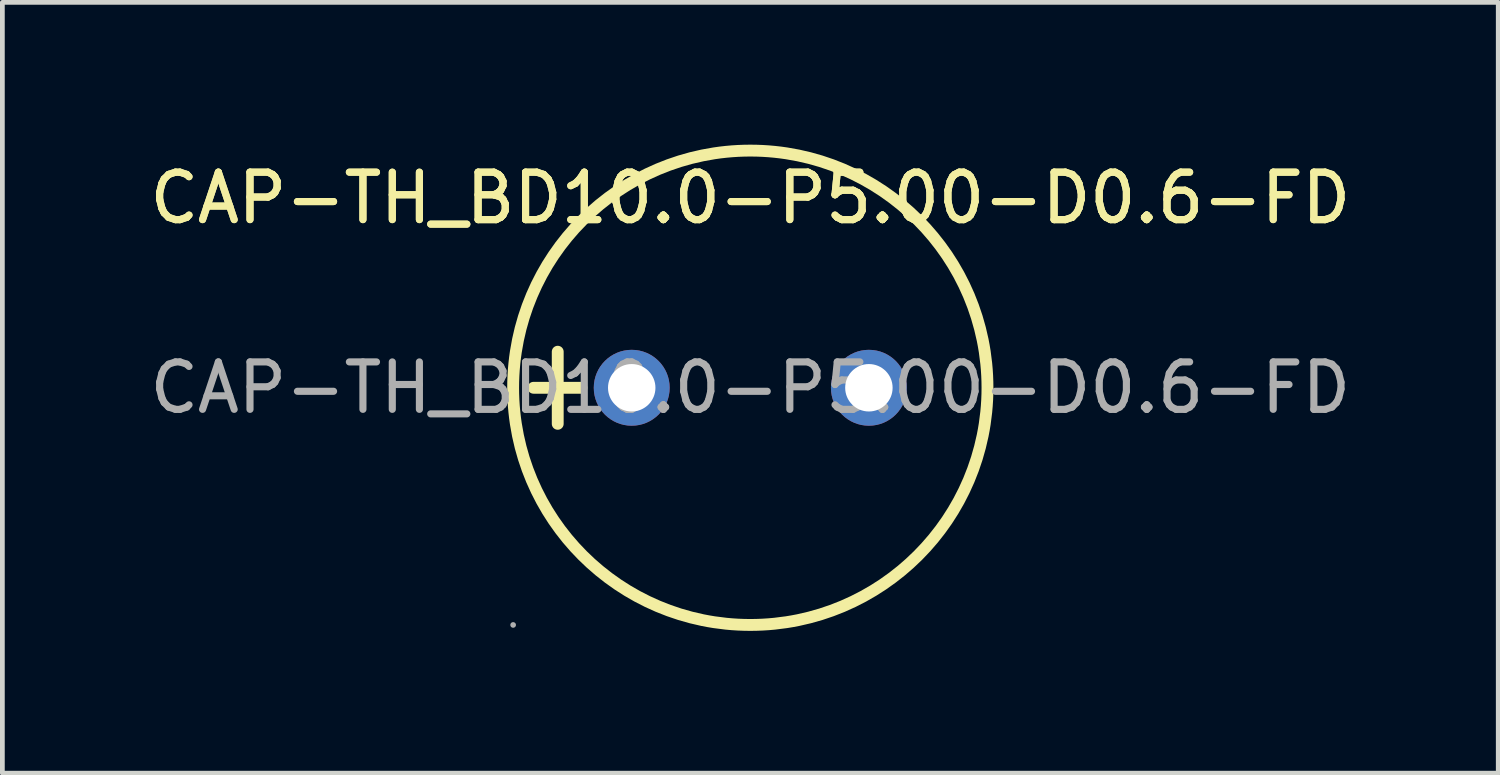
<source format=kicad_pcb>
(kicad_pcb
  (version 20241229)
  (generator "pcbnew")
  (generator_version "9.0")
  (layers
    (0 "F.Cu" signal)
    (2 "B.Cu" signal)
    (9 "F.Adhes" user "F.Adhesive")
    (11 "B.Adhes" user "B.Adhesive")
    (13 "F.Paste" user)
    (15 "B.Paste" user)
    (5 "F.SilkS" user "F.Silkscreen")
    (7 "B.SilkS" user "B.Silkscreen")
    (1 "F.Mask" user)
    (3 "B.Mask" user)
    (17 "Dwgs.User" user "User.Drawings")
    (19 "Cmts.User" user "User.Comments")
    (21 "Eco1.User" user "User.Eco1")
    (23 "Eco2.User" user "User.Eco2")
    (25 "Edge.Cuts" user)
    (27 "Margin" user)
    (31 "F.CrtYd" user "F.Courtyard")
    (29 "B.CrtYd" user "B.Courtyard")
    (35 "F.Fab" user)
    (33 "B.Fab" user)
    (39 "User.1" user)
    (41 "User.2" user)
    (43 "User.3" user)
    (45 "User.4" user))
  (footprint "CAP-TH_BD10.0-P5.00-D0.6-FD"
    (layer "F.Cu")
    (at 12.768 5.125)
    (property "Reference" "CAP-TH_BD10.0-P5.00-D0.6-FD" (at 0 -4 0) (layer "F.SilkS") (effects (font (size 1 1) (thickness 0.15))))
    (attr through_hole)
    (fp_line (start -4.57 0) (end -3.56 0) (stroke (width 0.25) (type solid)) (layer "F.SilkS"))
    (fp_line (start -4.06 -0.76) (end -4.06 0.76) (stroke (width 0.25) (type solid)) (layer "F.SilkS"))
    (fp_circle (center 0 0) (end 5 0) (stroke (width 0.25) (type solid)) (fill no) (layer "F.SilkS"))
    (fp_circle (center -5 5) (end -4.97 5) (stroke (width 0.06) (type solid)) (fill no) (layer "F.Fab"))
    (fp_circle (center -2.5 0) (end -2.35 0) (stroke (width 0.3) (type solid)) (fill no) (layer "F.Fab"))
    (fp_circle (center 2.5 0) (end 2.65 0) (stroke (width 0.3) (type solid)) (fill no) (layer "F.Fab"))
    (fp_text user "${REFERENCE}" (at 0 -4 0) (layer "F.SilkS") (effects (font (size 1 1) (thickness 0.15))))
    (fp_text user "${REFERENCE}" (at 0 0 0) (layer "F.Fab") (effects (font (size 1 1) (thickness 0.15))))
    (pad "1" thru_hole circle (at -2.5 0) (size 1.6 1.6) (drill 1) (layers "*.Cu" "*.Mask"))
    (pad "2" thru_hole circle (at 2.5 0) (size 1.6 1.6) (drill 1) (layers "*.Cu" "*.Mask")))
  (gr_rect
    (start -3 -3)
    (end 28.536 13.25)
    (stroke (width 0.1) (type default))
    (fill no)
    (layer "Edge.Cuts")))
</source>
